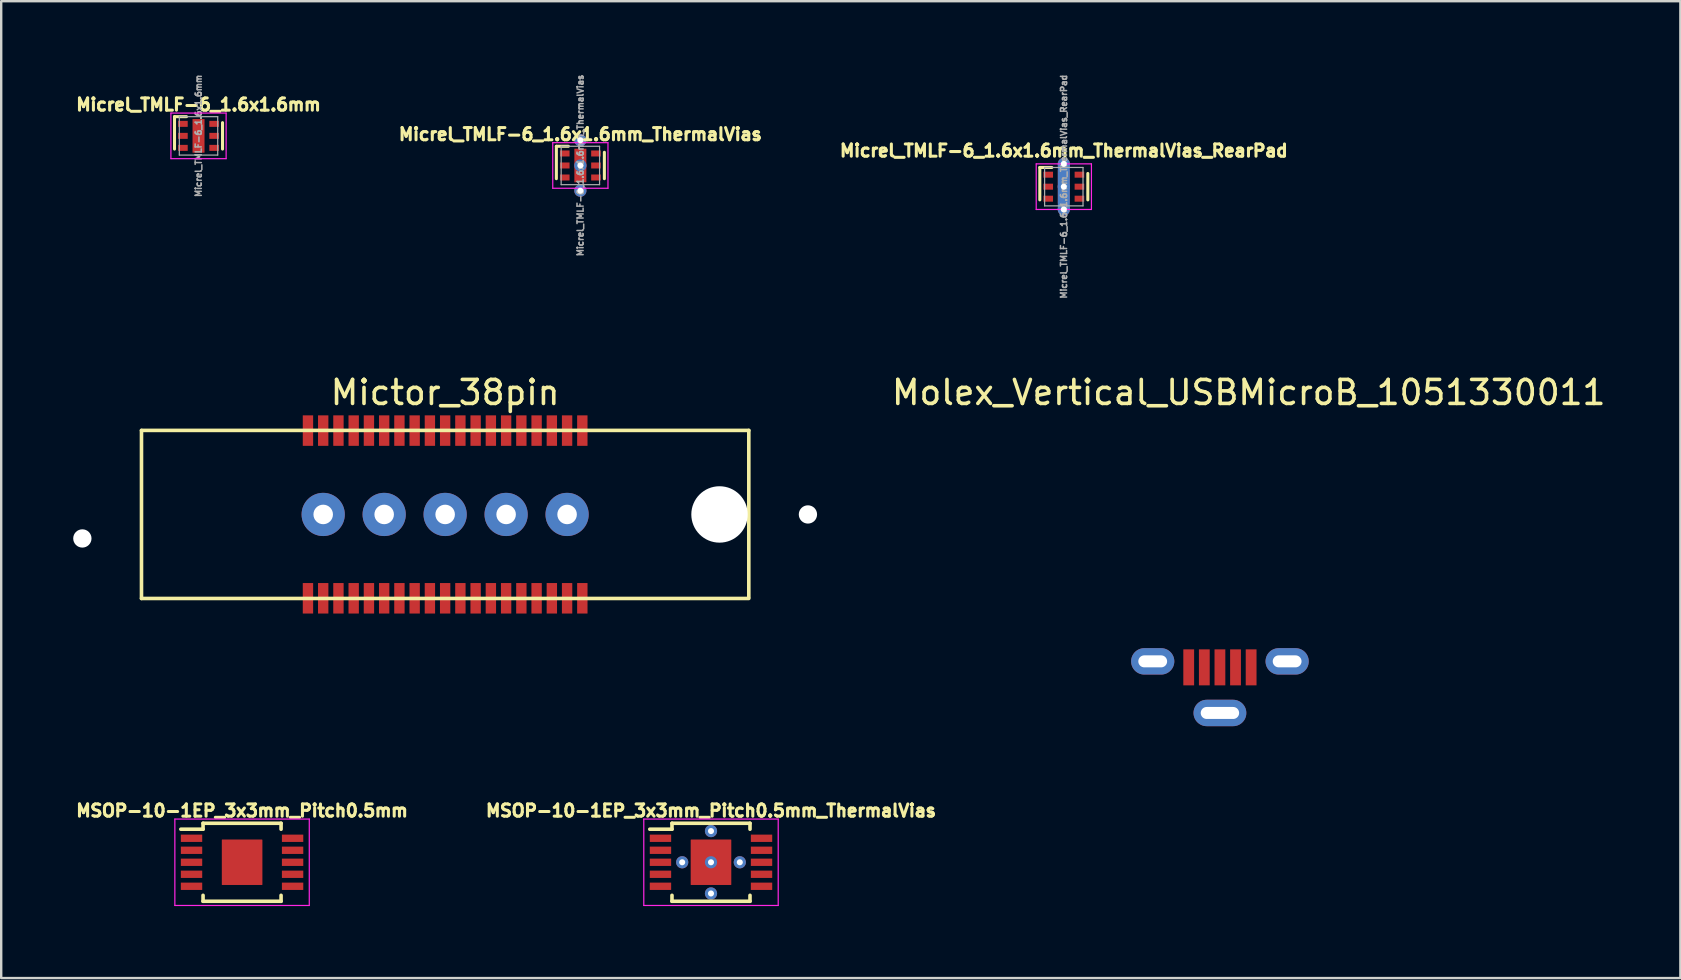
<source format=kicad_pcb>
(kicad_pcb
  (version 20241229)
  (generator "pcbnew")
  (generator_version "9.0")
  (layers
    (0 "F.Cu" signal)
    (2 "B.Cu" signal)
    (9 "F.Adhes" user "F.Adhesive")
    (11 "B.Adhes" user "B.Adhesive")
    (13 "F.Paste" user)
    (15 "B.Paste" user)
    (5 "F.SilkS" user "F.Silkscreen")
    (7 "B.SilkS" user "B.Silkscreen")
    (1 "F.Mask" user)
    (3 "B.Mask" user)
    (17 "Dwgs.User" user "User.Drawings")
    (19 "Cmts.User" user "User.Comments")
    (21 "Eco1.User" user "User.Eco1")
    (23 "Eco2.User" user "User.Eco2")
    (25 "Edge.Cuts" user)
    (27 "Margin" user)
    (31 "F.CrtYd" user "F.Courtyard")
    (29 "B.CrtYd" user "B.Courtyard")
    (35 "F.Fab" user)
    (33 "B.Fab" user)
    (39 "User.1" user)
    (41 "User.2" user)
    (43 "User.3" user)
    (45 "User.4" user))
  (footprint "MSOP-10-1EP_3x3mm_Pitch0.5mm_ThermalVias"
    (layer "F.Cu")
    (at 26.569 32.871)
    (property "Reference" "MSOP-10-1EP_3x3mm_Pitch0.5mm_ThermalVias" (at 0 -2.15 0) (layer "F.SilkS") (effects (font (size 0.508 0.508) (thickness 0.127))))
    (attr smd)
    (fp_line (start -1.625 -1.625) (end -1.625 -1.377) (stroke (width 0.15) (type solid)) (layer "F.SilkS"))
    (fp_line (start -1.625 -1.625) (end 1.625 -1.625) (stroke (width 0.15) (type solid)) (layer "F.SilkS"))
    (fp_line (start -1.625 -1.377) (end -2.55 -1.377) (stroke (width 0.15) (type solid)) (layer "F.SilkS"))
    (fp_line (start -1.625 1.625) (end -1.625 1.377) (stroke (width 0.15) (type solid)) (layer "F.SilkS"))
    (fp_line (start -1.625 1.625) (end 1.625 1.625) (stroke (width 0.15) (type solid)) (layer "F.SilkS"))
    (fp_line (start 1.625 -1.625) (end 1.625 -1.377) (stroke (width 0.15) (type solid)) (layer "F.SilkS"))
    (fp_line (start 1.625 1.625) (end 1.625 1.377) (stroke (width 0.15) (type solid)) (layer "F.SilkS"))
    (fp_line (start -2.8 -1.8) (end -2.8 1.8) (stroke (width 0.05) (type solid)) (layer "F.CrtYd"))
    (fp_line (start -2.8 -1.8) (end 2.8 -1.8) (stroke (width 0.05) (type solid)) (layer "F.CrtYd"))
    (fp_line (start -2.8 1.8) (end 2.8 1.8) (stroke (width 0.05) (type solid)) (layer "F.CrtYd"))
    (fp_line (start 2.8 -1.8) (end 2.8 1.8) (stroke (width 0.05) (type solid)) (layer "F.CrtYd"))
    (pad "1" smd rect (at -2.105 -1) (size 0.89 0.305) (layers "F.Cu" "F.Mask" "F.Paste"))
    (pad "2" smd rect (at -2.105 -0.5) (size 0.89 0.305) (layers "F.Cu" "F.Mask" "F.Paste"))
    (pad "3" smd rect (at -2.105 0) (size 0.89 0.305) (layers "F.Cu" "F.Mask" "F.Paste"))
    (pad "4" smd rect (at -2.105 0.5) (size 0.89 0.305) (layers "F.Cu" "F.Mask" "F.Paste"))
    (pad "5" smd rect (at -2.105 1) (size 0.89 0.305) (layers "F.Cu" "F.Mask" "F.Paste"))
    (pad "6" smd rect (at 2.105 1) (size 0.89 0.305) (layers "F.Cu" "F.Mask" "F.Paste"))
    (pad "7" smd rect (at 2.105 0.5) (size 0.89 0.305) (layers "F.Cu" "F.Mask" "F.Paste"))
    (pad "8" smd rect (at 2.105 0) (size 0.89 0.305) (layers "F.Cu" "F.Mask" "F.Paste"))
    (pad "9" smd rect (at 2.105 -0.5) (size 0.89 0.305) (layers "F.Cu" "F.Mask" "F.Paste"))
    (pad "10" smd rect (at 2.105 -1) (size 0.89 0.305) (layers "F.Cu" "F.Mask" "F.Paste"))
    (pad "11" thru_hole circle (at -1.2 0) (size 0.508 0.508) (drill 0.254) (layers "*.Cu" "*.Mask"))
    (pad "11" smd rect (at -0.42 -0.47) (size 0.84 0.94) (layers "F.Cu" "F.Mask" "F.Paste"))
    (pad "11" smd rect (at -0.42 0.47) (size 0.84 0.94) (layers "F.Cu" "F.Mask" "F.Paste"))
    (pad "11" thru_hole circle (at 0 -1.3) (size 0.508 0.508) (drill 0.254) (layers "*.Cu" "*.Mask"))
    (pad "11" thru_hole circle (at 0 0) (size 0.508 0.508) (drill 0.254) (layers "*.Cu" "*.Mask"))
    (pad "11" smd rect (at 0 0) (size 1.68 1.88) (layers "F.Cu" "F.Mask"))
    (pad "11" thru_hole circle (at 0 1.3) (size 0.508 0.508) (drill 0.254) (layers "*.Cu" "*.Mask"))
    (pad "11" smd rect (at 0.42 -0.47) (size 0.84 0.94) (layers "F.Cu" "F.Mask" "F.Paste"))
    (pad "11" smd rect (at 0.42 0.47) (size 0.84 0.94) (layers "F.Cu" "F.Mask" "F.Paste"))
    (pad "11" thru_hole circle (at 1.2 0) (size 0.508 0.508) (drill 0.254) (layers "*.Cu" "*.Mask")))
  (footprint "Molex_Vertical_USBMicroB_1051330011"
    (layer "F.Cu")
    (at 47.77 24.501)
    (property "Reference" "Molex_Vertical_USBMicroB_1051330011" (at 1.2 -11.2 0) (layer "F.SilkS") (effects (font (size 1 1) (thickness 0.15))))
    (attr through_hole)
    (pad "1" smd rect (at -1.3 0.25) (size 0.45 1.5) (layers "F.Cu" "F.Mask" "F.Paste"))
    (pad "2" smd rect (at -0.65 0.25) (size 0.45 1.5) (layers "F.Cu" "F.Mask" "F.Paste"))
    (pad "3" smd rect (at 0 0.25) (size 0.45 1.5) (layers "F.Cu" "F.Mask" "F.Paste"))
    (pad "4" smd rect (at 0.65 0.25) (size 0.45 1.5) (layers "F.Cu" "F.Mask" "F.Paste"))
    (pad "5" smd rect (at 1.3 0.25) (size 0.45 1.5) (layers "F.Cu" "F.Mask" "F.Paste"))
    (pad "6" thru_hole oval (at -2.8 0) (size 1.8 1.1) (drill oval 1.2 0.5) (layers "*.Cu" "*.Mask"))
    (pad "6" thru_hole oval (at 0 2.15) (size 2.2 1.1) (drill oval 1.6 0.5) (layers "*.Cu" "*.Mask"))
    (pad "6" thru_hole oval (at 2.8 0) (size 1.8 1.1) (drill oval 1.2 0.5) (layers "*.Cu" "*.Mask")))
  (footprint "Micrel_TMLF-6_1.6x1.6mm_ThermalVias_RearPad"
    (layer "F.Cu")
    (at 41.267 4.727)
    (property "Reference" "Micrel_TMLF-6_1.6x1.6mm_ThermalVias_RearPad" (at 0 -1.5 0) (layer "F.SilkS") (effects (font (size 0.508 0.508) (thickness 0.127))))
    (attr through_hole)
    (fp_line (start -1 -0.8) (end -0.5 -0.8) (stroke (width 0.127) (type solid)) (layer "F.SilkS"))
    (fp_line (start -1 0.55) (end -1 -0.8) (stroke (width 0.127) (type solid)) (layer "F.SilkS"))
    (fp_line (start 1 -0.55) (end 1 0.55) (stroke (width 0.127) (type solid)) (layer "F.SilkS"))
    (fp_line (start -1.15 -0.95) (end 1.15 -0.95) (stroke (width 0.05) (type solid)) (layer "F.CrtYd"))
    (fp_line (start -1.15 0.95) (end -1.15 -0.95) (stroke (width 0.05) (type solid)) (layer "F.CrtYd"))
    (fp_line (start 1.15 -0.95) (end 1.15 0.95) (stroke (width 0.05) (type solid)) (layer "F.CrtYd"))
    (fp_line (start 1.15 0.95) (end -1.15 0.95) (stroke (width 0.05) (type solid)) (layer "F.CrtYd"))
    (fp_line (start -0.8 -0.8) (end 0.8 -0.8) (stroke (width 0.05) (type solid)) (layer "F.Fab"))
    (fp_line (start -0.8 0.8) (end -0.8 -0.8) (stroke (width 0.05) (type solid)) (layer "F.Fab"))
    (fp_line (start 0.8 -0.8) (end 0.8 0.8) (stroke (width 0.05) (type solid)) (layer "F.Fab"))
    (fp_line (start 0.8 0.8) (end -0.8 0.8) (stroke (width 0.05) (type solid)) (layer "F.Fab"))
    (fp_text user "${REFERENCE}" (at 0 0 90) (layer "F.Fab") (effects (font (size 0.254 0.254) (thickness 0.064))))
    (pad "" smd rect (at 0 -0.825) (size 0.5 0.25) (layers "F.Paste"))
    (pad "" smd rect (at 0 -0.325) (size 0.3 0.55) (layers "F.Paste"))
    (pad "" smd rect (at 0 0.325) (size 0.3 0.55) (layers "F.Paste"))
    (pad "" smd rect (at 0 0.825) (size 0.5 0.25) (layers "F.Paste"))
    (pad "1" smd rect (at -0.65 -0.5) (size 0.4 0.25) (layers "F.Cu" "F.Mask" "F.Paste"))
    (pad "2" smd rect (at -0.65 0) (size 0.4 0.25) (layers "F.Cu" "F.Mask" "F.Paste"))
    (pad "3" smd rect (at -0.65 0.5) (size 0.4 0.25) (layers "F.Cu" "F.Mask" "F.Paste"))
    (pad "4" smd rect (at 0.65 0.5) (size 0.4 0.25) (layers "F.Cu" "F.Mask" "F.Paste"))
    (pad "5" smd rect (at 0.65 0) (size 0.4 0.25) (layers "F.Cu" "F.Mask" "F.Paste"))
    (pad "6" smd rect (at 0.65 -0.5) (size 0.4 0.25) (layers "F.Cu" "F.Mask" "F.Paste"))
    (pad "7" thru_hole circle (at 0 -0.95) (size 0.508 0.508) (drill 0.254) (layers "*.Cu" "B.Mask"))
    (pad "7" smd rect (at 0 0) (size 0.5 1.4) (layers "F.Cu" "F.Mask"))
    (pad "7" smd rect (at 0 0) (size 0.5 1.9) (layers "B.Cu" "B.Mask"))
    (pad "7" thru_hole circle (at 0 0) (size 0.508 0.508) (drill 0.254) (layers "*.Cu" "*.Mask"))
    (pad "7" thru_hole circle (at 0 0.95) (size 0.508 0.508) (drill 0.254) (layers "*.Cu" "B.Mask")))
  (footprint "Micrel_TMLF-6_1.6x1.6mm"
    (layer "F.Cu")
    (at 5.22 2.61)
    (property "Reference" "Micrel_TMLF-6_1.6x1.6mm" (at 0 -1.3 0) (layer "F.SilkS") (effects (font (size 0.508 0.508) (thickness 0.127))))
    (attr through_hole)
    (fp_line (start -1 -0.8) (end -0.5 -0.8) (stroke (width 0.127) (type solid)) (layer "F.SilkS"))
    (fp_line (start -1 0.55) (end -1 -0.8) (stroke (width 0.127) (type solid)) (layer "F.SilkS"))
    (fp_line (start 1 -0.55) (end 1 0.55) (stroke (width 0.127) (type solid)) (layer "F.SilkS"))
    (fp_line (start -1.15 -0.95) (end 1.15 -0.95) (stroke (width 0.05) (type solid)) (layer "F.CrtYd"))
    (fp_line (start -1.15 0.95) (end -1.15 -0.95) (stroke (width 0.05) (type solid)) (layer "F.CrtYd"))
    (fp_line (start 1.15 -0.95) (end 1.15 0.95) (stroke (width 0.05) (type solid)) (layer "F.CrtYd"))
    (fp_line (start 1.15 0.95) (end -1.15 0.95) (stroke (width 0.05) (type solid)) (layer "F.CrtYd"))
    (fp_line (start -0.8 -0.8) (end 0.8 -0.8) (stroke (width 0.05) (type solid)) (layer "F.Fab"))
    (fp_line (start -0.8 0.8) (end -0.8 -0.8) (stroke (width 0.05) (type solid)) (layer "F.Fab"))
    (fp_line (start 0.8 -0.8) (end 0.8 0.8) (stroke (width 0.05) (type solid)) (layer "F.Fab"))
    (fp_line (start 0.8 0.8) (end -0.8 0.8) (stroke (width 0.05) (type solid)) (layer "F.Fab"))
    (fp_text user "${REFERENCE}" (at 0 0 90) (layer "F.Fab") (effects (font (size 0.254 0.254) (thickness 0.064))))
    (pad "" smd rect (at 0 -0.325) (size 0.3 0.55) (layers "F.Paste"))
    (pad "" smd rect (at 0 0.325) (size 0.3 0.55) (layers "F.Paste"))
    (pad "1" smd rect (at -0.65 -0.5) (size 0.4 0.25) (layers "F.Cu" "F.Mask" "F.Paste"))
    (pad "2" smd rect (at -0.65 0) (size 0.4 0.25) (layers "F.Cu" "F.Mask" "F.Paste"))
    (pad "3" smd rect (at -0.65 0.5) (size 0.4 0.25) (layers "F.Cu" "F.Mask" "F.Paste"))
    (pad "4" smd rect (at 0.65 0.5) (size 0.4 0.25) (layers "F.Cu" "F.Mask" "F.Paste"))
    (pad "5" smd rect (at 0.65 0) (size 0.4 0.25) (layers "F.Cu" "F.Mask" "F.Paste"))
    (pad "6" smd rect (at 0.65 -0.5) (size 0.4 0.25) (layers "F.Cu" "F.Mask" "F.Paste"))
    (pad "7" smd rect (at 0 0) (size 0.5 1.4) (layers "F.Cu" "F.Mask")))
  (footprint "MSOP-10-1EP_3x3mm_Pitch0.5mm"
    (layer "F.Cu")
    (at 7.034 32.871)
    (property "Reference" "MSOP-10-1EP_3x3mm_Pitch0.5mm" (at 0 -2.15 0) (layer "F.SilkS") (effects (font (size 0.508 0.508) (thickness 0.127))))
    (attr smd)
    (fp_line (start -1.625 -1.625) (end -1.625 -1.377) (stroke (width 0.15) (type solid)) (layer "F.SilkS"))
    (fp_line (start -1.625 -1.625) (end 1.625 -1.625) (stroke (width 0.15) (type solid)) (layer "F.SilkS"))
    (fp_line (start -1.625 -1.377) (end -2.55 -1.377) (stroke (width 0.15) (type solid)) (layer "F.SilkS"))
    (fp_line (start -1.625 1.625) (end -1.625 1.377) (stroke (width 0.15) (type solid)) (layer "F.SilkS"))
    (fp_line (start -1.625 1.625) (end 1.625 1.625) (stroke (width 0.15) (type solid)) (layer "F.SilkS"))
    (fp_line (start 1.625 -1.625) (end 1.625 -1.377) (stroke (width 0.15) (type solid)) (layer "F.SilkS"))
    (fp_line (start 1.625 1.625) (end 1.625 1.377) (stroke (width 0.15) (type solid)) (layer "F.SilkS"))
    (fp_line (start -2.8 -1.8) (end -2.8 1.8) (stroke (width 0.05) (type solid)) (layer "F.CrtYd"))
    (fp_line (start -2.8 -1.8) (end 2.8 -1.8) (stroke (width 0.05) (type solid)) (layer "F.CrtYd"))
    (fp_line (start -2.8 1.8) (end 2.8 1.8) (stroke (width 0.05) (type solid)) (layer "F.CrtYd"))
    (fp_line (start 2.8 -1.8) (end 2.8 1.8) (stroke (width 0.05) (type solid)) (layer "F.CrtYd"))
    (pad "1" smd rect (at -2.105 -1) (size 0.89 0.305) (layers "F.Cu" "F.Mask" "F.Paste"))
    (pad "2" smd rect (at -2.105 -0.5) (size 0.89 0.305) (layers "F.Cu" "F.Mask" "F.Paste"))
    (pad "3" smd rect (at -2.105 0) (size 0.89 0.305) (layers "F.Cu" "F.Mask" "F.Paste"))
    (pad "4" smd rect (at -2.105 0.5) (size 0.89 0.305) (layers "F.Cu" "F.Mask" "F.Paste"))
    (pad "5" smd rect (at -2.105 1) (size 0.89 0.305) (layers "F.Cu" "F.Mask" "F.Paste"))
    (pad "6" smd rect (at 2.105 1) (size 0.89 0.305) (layers "F.Cu" "F.Mask" "F.Paste"))
    (pad "7" smd rect (at 2.105 0.5) (size 0.89 0.305) (layers "F.Cu" "F.Mask" "F.Paste"))
    (pad "8" smd rect (at 2.105 0) (size 0.89 0.305) (layers "F.Cu" "F.Mask" "F.Paste"))
    (pad "9" smd rect (at 2.105 -0.5) (size 0.89 0.305) (layers "F.Cu" "F.Mask" "F.Paste"))
    (pad "10" smd rect (at 2.105 -1) (size 0.89 0.305) (layers "F.Cu" "F.Mask" "F.Paste"))
    (pad "11" smd rect (at -0.42 -0.47) (size 0.84 0.94) (layers "F.Cu" "F.Mask" "F.Paste"))
    (pad "11" smd rect (at -0.42 0.47) (size 0.84 0.94) (layers "F.Cu" "F.Mask" "F.Paste"))
    (pad "11" smd rect (at 0 0) (size 1.68 1.88) (layers "F.Cu" "F.Mask"))
    (pad "11" smd rect (at 0.42 -0.47) (size 0.84 0.94) (layers "F.Cu" "F.Mask" "F.Paste"))
    (pad "11" smd rect (at 0.42 0.47) (size 0.84 0.94) (layers "F.Cu" "F.Mask" "F.Paste")))
  (footprint "Mictor_38pin"
    (layer "F.Cu")
    (at 15.494 18.381)
    (property "Reference" "Mictor_38pin" (at 0 -5.08 0) (layer "F.SilkS") (effects (font (size 1 1) (thickness 0.15))))
    (attr through_hole)
    (fp_line (start -12.65 -3.5) (end -12.65 3.5) (stroke (width 0.15) (type solid)) (layer "F.SilkS"))
    (fp_line (start -12.65 -3.5) (end 12.65 -3.5) (stroke (width 0.15) (type solid)) (layer "F.SilkS"))
    (fp_line (start -12.65 3.5) (end 12.65 3.5) (stroke (width 0.15) (type solid)) (layer "F.SilkS"))
    (fp_line (start 12.65 -3.5) (end 12.65 3.45) (stroke (width 0.15) (type solid)) (layer "F.SilkS"))
    (pad "" np_thru_hole circle (at -15.113 1) (size 0.762 0.762) (drill 0.762) (layers "*.Cu" "*.Mask"))
    (pad "" np_thru_hole circle (at 11.43 0) (size 2.35 2.35) (drill 2.35) (layers "*.Cu" "*.Mask"))
    (pad "" np_thru_hole circle (at 15.113 0) (size 0.762 0.762) (drill 0.762) (layers "*.Cu" "*.Mask"))
    (pad "1" smd rect (at 5.715 -3.493) (size 0.432 1.27) (layers "F.Cu" "F.Mask" "F.Paste"))
    (pad "2" smd rect (at 5.715 3.493) (size 0.432 1.27) (layers "F.Cu" "F.Mask" "F.Paste"))
    (pad "3" smd rect (at 5.08 -3.493) (size 0.432 1.27) (layers "F.Cu" "F.Mask" "F.Paste"))
    (pad "4" smd rect (at 5.08 3.493) (size 0.432 1.27) (layers "F.Cu" "F.Mask" "F.Paste"))
    (pad "5" smd rect (at 4.445 -3.493) (size 0.432 1.27) (layers "F.Cu" "F.Mask" "F.Paste"))
    (pad "6" smd rect (at 4.445 3.493) (size 0.432 1.27) (layers "F.Cu" "F.Mask" "F.Paste"))
    (pad "7" smd rect (at 3.81 -3.493) (size 0.432 1.27) (layers "F.Cu" "F.Mask" "F.Paste"))
    (pad "8" smd rect (at 3.81 3.493) (size 0.432 1.27) (layers "F.Cu" "F.Mask" "F.Paste"))
    (pad "9" smd rect (at 3.175 -3.493) (size 0.432 1.27) (layers "F.Cu" "F.Mask" "F.Paste"))
    (pad "10" smd rect (at 3.175 3.493) (size 0.432 1.27) (layers "F.Cu" "F.Mask" "F.Paste"))
    (pad "11" smd rect (at 2.54 -3.493) (size 0.432 1.27) (layers "F.Cu" "F.Mask" "F.Paste"))
    (pad "12" smd rect (at 2.54 3.493) (size 0.432 1.27) (layers "F.Cu" "F.Mask" "F.Paste"))
    (pad "13" smd rect (at 1.905 -3.493) (size 0.432 1.27) (layers "F.Cu" "F.Mask" "F.Paste"))
    (pad "14" smd rect (at 1.905 3.493) (size 0.432 1.27) (layers "F.Cu" "F.Mask" "F.Paste"))
    (pad "15" smd rect (at 1.27 -3.493) (size 0.432 1.27) (layers "F.Cu" "F.Mask" "F.Paste"))
    (pad "16" smd rect (at 1.27 3.493) (size 0.432 1.27) (layers "F.Cu" "F.Mask" "F.Paste"))
    (pad "17" smd rect (at 0.635 -3.493) (size 0.432 1.27) (layers "F.Cu" "F.Mask" "F.Paste"))
    (pad "18" smd rect (at 0.635 3.493) (size 0.432 1.27) (layers "F.Cu" "F.Mask" "F.Paste"))
    (pad "19" smd rect (at 0 -3.493) (size 0.432 1.27) (layers "F.Cu" "F.Mask" "F.Paste"))
    (pad "20" smd rect (at 0 3.493) (size 0.432 1.27) (layers "F.Cu" "F.Mask" "F.Paste"))
    (pad "21" smd rect (at -0.635 -3.493) (size 0.432 1.27) (layers "F.Cu" "F.Mask" "F.Paste"))
    (pad "22" smd rect (at -0.635 3.493) (size 0.432 1.27) (layers "F.Cu" "F.Mask" "F.Paste"))
    (pad "23" smd rect (at -1.27 -3.493) (size 0.432 1.27) (layers "F.Cu" "F.Mask" "F.Paste"))
    (pad "24" smd rect (at -1.27 3.493) (size 0.432 1.27) (layers "F.Cu" "F.Mask" "F.Paste"))
    (pad "25" smd rect (at -1.905 -3.493) (size 0.432 1.27) (layers "F.Cu" "F.Mask" "F.Paste"))
    (pad "26" smd rect (at -1.905 3.493) (size 0.432 1.27) (layers "F.Cu" "F.Mask" "F.Paste"))
    (pad "27" smd rect (at -2.54 -3.493) (size 0.432 1.27) (layers "F.Cu" "F.Mask" "F.Paste"))
    (pad "28" smd rect (at -2.54 3.493) (size 0.432 1.27) (layers "F.Cu" "F.Mask" "F.Paste"))
    (pad "29" smd rect (at -3.175 -3.493) (size 0.432 1.27) (layers "F.Cu" "F.Mask" "F.Paste"))
    (pad "30" smd rect (at -3.175 3.493) (size 0.432 1.27) (layers "F.Cu" "F.Mask" "F.Paste"))
    (pad "31" smd rect (at -3.81 -3.493) (size 0.432 1.27) (layers "F.Cu" "F.Mask" "F.Paste"))
    (pad "32" smd rect (at -3.81 3.493) (size 0.432 1.27) (layers "F.Cu" "F.Mask" "F.Paste"))
    (pad "33" smd rect (at -4.445 -3.493) (size 0.432 1.27) (layers "F.Cu" "F.Mask" "F.Paste"))
    (pad "34" smd rect (at -4.445 3.493) (size 0.432 1.27) (layers "F.Cu" "F.Mask" "F.Paste"))
    (pad "35" smd rect (at -5.08 -3.493) (size 0.432 1.27) (layers "F.Cu" "F.Mask" "F.Paste"))
    (pad "36" smd rect (at -5.08 3.493) (size 0.432 1.27) (layers "F.Cu" "F.Mask" "F.Paste"))
    (pad "37" smd rect (at -5.715 -3.493) (size 0.432 1.27) (layers "F.Cu" "F.Mask" "F.Paste"))
    (pad "38" smd rect (at -5.715 3.493) (size 0.432 1.27) (layers "F.Cu" "F.Mask" "F.Paste"))
    (pad "39" thru_hole circle (at -5.08 0) (size 1.8 1.8) (drill 0.813) (layers "*.Cu" "*.Mask"))
    (pad "39" thru_hole circle (at -2.54 0) (size 1.8 1.8) (drill 0.813) (layers "*.Cu" "*.Mask"))
    (pad "39" thru_hole circle (at 0 0) (size 1.8 1.8) (drill 0.813) (layers "*.Cu" "*.Mask"))
    (pad "39" thru_hole circle (at 2.54 0) (size 1.8 1.8) (drill 0.813) (layers "*.Cu" "*.Mask"))
    (pad "39" thru_hole circle (at 5.08 0) (size 1.8 1.8) (drill 0.813) (layers "*.Cu" "*.Mask")))
  (footprint "Micrel_TMLF-6_1.6x1.6mm_ThermalVias"
    (layer "F.Cu")
    (at 21.127 3.844)
    (property "Reference" "Micrel_TMLF-6_1.6x1.6mm_ThermalVias" (at 0 -1.3 0) (layer "F.SilkS") (effects (font (size 0.508 0.508) (thickness 0.127))))
    (attr through_hole)
    (fp_line (start -1 -0.8) (end -0.5 -0.8) (stroke (width 0.127) (type solid)) (layer "F.SilkS"))
    (fp_line (start -1 0.55) (end -1 -0.8) (stroke (width 0.127) (type solid)) (layer "F.SilkS"))
    (fp_line (start 1 -0.55) (end 1 0.55) (stroke (width 0.127) (type solid)) (layer "F.SilkS"))
    (fp_line (start -1.15 -0.95) (end 1.15 -0.95) (stroke (width 0.05) (type solid)) (layer "F.CrtYd"))
    (fp_line (start -1.15 0.95) (end -1.15 -0.95) (stroke (width 0.05) (type solid)) (layer "F.CrtYd"))
    (fp_line (start 1.15 -0.95) (end 1.15 0.95) (stroke (width 0.05) (type solid)) (layer "F.CrtYd"))
    (fp_line (start 1.15 0.95) (end -1.15 0.95) (stroke (width 0.05) (type solid)) (layer "F.CrtYd"))
    (fp_line (start -0.8 -0.8) (end 0.8 -0.8) (stroke (width 0.05) (type solid)) (layer "F.Fab"))
    (fp_line (start -0.8 0.8) (end -0.8 -0.8) (stroke (width 0.05) (type solid)) (layer "F.Fab"))
    (fp_line (start 0.8 -0.8) (end 0.8 0.8) (stroke (width 0.05) (type solid)) (layer "F.Fab"))
    (fp_line (start 0.8 0.8) (end -0.8 0.8) (stroke (width 0.05) (type solid)) (layer "F.Fab"))
    (fp_text user "${REFERENCE}" (at 0 0 90) (layer "F.Fab") (effects (font (size 0.254 0.254) (thickness 0.064))))
    (pad "1" smd rect (at -0.65 -0.5) (size 0.4 0.25) (layers "F.Cu" "F.Mask" "F.Paste"))
    (pad "2" smd rect (at -0.65 0) (size 0.4 0.25) (layers "F.Cu" "F.Mask" "F.Paste"))
    (pad "3" smd rect (at -0.65 0.5) (size 0.4 0.25) (layers "F.Cu" "F.Mask" "F.Paste"))
    (pad "4" smd rect (at 0.65 0.5) (size 0.4 0.25) (layers "F.Cu" "F.Mask" "F.Paste"))
    (pad "5" smd rect (at 0.65 0) (size 0.4 0.25) (layers "F.Cu" "F.Mask" "F.Paste"))
    (pad "6" smd rect (at 0.65 -0.5) (size 0.4 0.25) (layers "F.Cu" "F.Mask" "F.Paste"))
    (pad "7" thru_hole circle (at 0 -1.05) (size 0.508 0.508) (drill 0.254) (layers "*.Cu" "*.Mask"))
    (pad "7" smd rect (at 0 -0.325) (size 0.3 0.55) (layers "F.Cu" "F.Mask" "F.Paste"))
    (pad "7" smd rect (at 0 0) (size 0.5 1.4) (layers "F.Cu" "F.Mask"))
    (pad "7" thru_hole circle (at 0 0) (size 0.508 0.508) (drill 0.254) (layers "*.Cu" "*.Mask"))
    (pad "7" smd rect (at 0 0.325) (size 0.3 0.55) (layers "F.Cu" "F.Mask" "F.Paste"))
    (pad "7" thru_hole circle (at 0 1.05) (size 0.508 0.508) (drill 0.254) (layers "*.Cu" "*.Mask")))
  (gr_rect
    (start -3 -3)
    (end 66.952 37.696)
    (stroke (width 0.1) (type default))
    (fill no)
    (layer "Edge.Cuts")))
</source>
